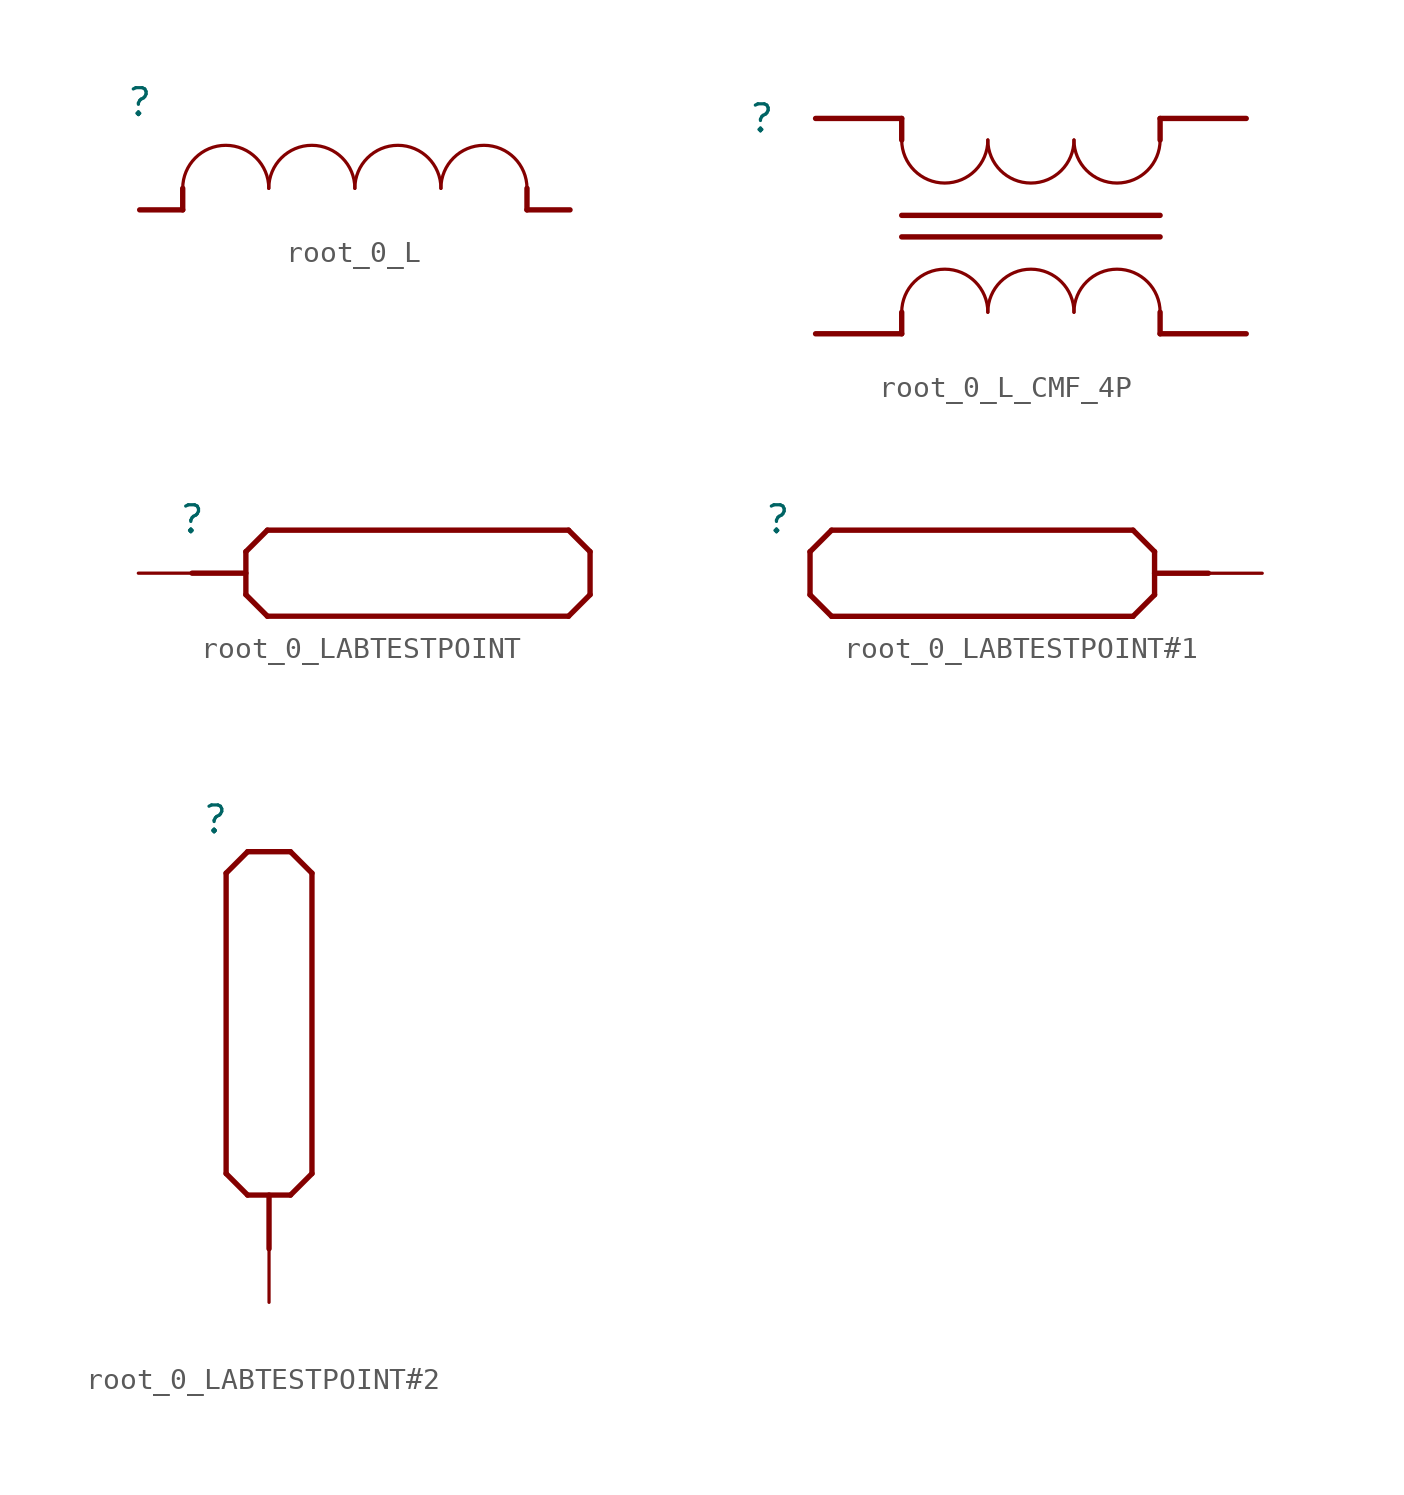
<source format=kicad_sym>
(kicad_symbol_lib
  (version 20220914)
  (generator kicad_symbol_editor)
  (symbol "root_0_L"
    (property "Reference" ""
      (at 0 0 0)
      (effects (font (size 1.27 1.27))))
    (property "Value" ""
      (at 0 0 0)
      (effects (font (size 1.27 1.27))))
    (symbol "root_0_L_1_0"
      (polyline (pts (xy 2.032 -5.08) (xy 0 -5.08)) (stroke (width 0.254) (type solid)) (fill (type none)))
      (polyline (pts (xy 2.032 -5.08) (xy 2.032 -4.064)) (stroke (width 0.254) (type solid)) (fill (type none)))
      (polyline (pts (xy 18.288 -5.08) (xy 18.288 -4.064)) (stroke (width 0.254) (type solid)) (fill (type none)))
      (polyline (pts (xy 18.288 -5.08) (xy 20.32 -5.08)) (stroke (width 0.254) (type solid)) (fill (type none)))
      (arc (start 6.096 -4.064) (mid 4.064 -2.0408) (end 2.032 -4.064) (stroke (width 0) (type solid)) (fill (type none)))
      (arc (start 10.16 -4.064) (mid 8.128 -2.0408) (end 6.096 -4.064) (stroke (width 0) (type solid)) (fill (type none)))
      (arc (start 14.224 -4.064) (mid 12.192 -2.0408) (end 10.16 -4.064) (stroke (width 0) (type solid)) (fill (type none)))
      (arc (start 18.288 -4.064) (mid 16.256 -2.0408) (end 14.224 -4.064) (stroke (width 0) (type solid)) (fill (type none)))
      (pin bidirectional line (at 0 -5.08 180) (length 0) (name "1" (effects (font (size 0 0)))) (number "1" (effects (font (size 0 0)))))
      (pin bidirectional line (at 20.32 -5.08 270) (length 0) (name "2" (effects (font (size 0 0)))) (number "2" (effects (font (size 0 0)))))))
  (symbol "root_0_L_CMF_4P"
    (property "Reference" ""
      (at 0 0 0)
      (effects (font (size 1.27 1.27))))
    (property "Value" ""
      (at 0 0 0)
      (effects (font (size 1.27 1.27))))
    (symbol "root_0_L_CMF_4P_1_0"
      (polyline (pts (xy 6.604 -10.16) (xy 2.54 -10.16)) (stroke (width 0.254) (type solid)) (fill (type none)))
      (polyline (pts (xy 6.604 -10.16) (xy 6.604 -9.144)) (stroke (width 0.254) (type solid)) (fill (type none)))
      (polyline (pts (xy 6.604 -5.588) (xy 18.796 -5.588)) (stroke (width 0.254) (type solid)) (fill (type none)))
      (polyline (pts (xy 6.604 -4.572) (xy 18.796 -4.572)) (stroke (width 0.254) (type solid)) (fill (type none)))
      (polyline (pts (xy 6.604 0) (xy 2.54 0)) (stroke (width 0.254) (type solid)) (fill (type none)))
      (polyline (pts (xy 6.604 0) (xy 6.604 -1.016)) (stroke (width 0.254) (type solid)) (fill (type none)))
      (polyline (pts (xy 18.796 -10.16) (xy 18.796 -9.144)) (stroke (width 0.254) (type solid)) (fill (type none)))
      (polyline (pts (xy 18.796 -10.16) (xy 22.86 -10.16)) (stroke (width 0.254) (type solid)) (fill (type none)))
      (polyline (pts (xy 18.796 0) (xy 18.796 -1.016)) (stroke (width 0.254) (type solid)) (fill (type none)))
      (polyline (pts (xy 18.796 0) (xy 22.86 0)) (stroke (width 0.254) (type solid)) (fill (type none)))
      (arc (start 6.604 -1.016) (mid 8.636 -3.0392) (end 10.668 -1.016) (stroke (width 0) (type solid)) (fill (type none)))
      (arc (start 10.668 -9.144) (mid 8.636 -7.1208) (end 6.604 -9.144) (stroke (width 0) (type solid)) (fill (type none)))
      (arc (start 10.668 -1.016) (mid 12.7 -3.0392) (end 14.732 -1.016) (stroke (width 0) (type solid)) (fill (type none)))
      (arc (start 14.732 -9.144) (mid 12.7 -7.1208) (end 10.668 -9.144) (stroke (width 0) (type solid)) (fill (type none)))
      (arc (start 14.732 -1.016) (mid 16.764 -3.0392) (end 18.796 -1.016) (stroke (width 0) (type solid)) (fill (type none)))
      (arc (start 18.796 -9.144) (mid 16.764 -7.1208) (end 14.732 -9.144) (stroke (width 0) (type solid)) (fill (type none)))
      (pin bidirectional line (at 2.54 0 90) (length 0) (name "1" (effects (font (size 0 0)))) (number "1" (effects (font (size 0 0)))))
      (pin bidirectional line (at 2.54 -10.16 180) (length 0) (name "2" (effects (font (size 0 0)))) (number "2" (effects (font (size 0 0)))))
      (pin bidirectional line (at 22.86 -10.16 270) (length 0) (name "3" (effects (font (size 0 0)))) (number "3" (effects (font (size 0 0)))))
      (pin bidirectional line (at 22.86 0 270) (length 0) (name "4" (effects (font (size 0 0)))) (number "4" (effects (font (size 0 0)))))))
  (symbol "root_0_LABTESTPOINT"
    (property "Reference" ""
      (at 0 0 0)
      (effects (font (size 1.27 1.27))))
    (property "Value" ""
      (at 0 0 0)
      (effects (font (size 1.27 1.27))))
    (symbol "root_0_LABTESTPOINT_1_0"
      (polyline (pts (xy 0 -2.54) (xy 2.54 -2.54)) (stroke (width 0.254) (type solid)) (fill (type none)))
      (polyline (pts (xy 2.54 -3.556) (xy 2.54 -1.524)) (stroke (width 0.254) (type solid)) (fill (type none)))
      (polyline (pts (xy 2.54 -3.556) (xy 3.556 -4.572)) (stroke (width 0.254) (type solid)) (fill (type none)))
      (polyline (pts (xy 3.556 -4.572) (xy 17.78 -4.572)) (stroke (width 0.254) (type solid)) (fill (type none)))
      (polyline (pts (xy 3.556 -0.508) (xy 2.54 -1.524)) (stroke (width 0.254) (type solid)) (fill (type none)))
      (polyline (pts (xy 17.78 -4.572) (xy 18.796 -3.556)) (stroke (width 0.254) (type solid)) (fill (type none)))
      (polyline (pts (xy 17.78 -0.508) (xy 3.556 -0.508)) (stroke (width 0.254) (type solid)) (fill (type none)))
      (polyline (pts (xy 18.796 -3.556) (xy 18.796 -1.524)) (stroke (width 0.254) (type solid)) (fill (type none)))
      (polyline (pts (xy 18.796 -1.524) (xy 17.78 -0.508)) (stroke (width 0.254) (type solid)) (fill (type none)))
      (pin bidirectional line (at -2.54 -2.54 0) (length 2.54) (name "1" (effects (font (size 0 0)))) (number "1" (effects (font (size 0 0)))))))
  (symbol "root_0_LABTESTPOINT#1"
    (property "Reference" ""
      (at 0 0 0)
      (effects (font (size 1.27 1.27))))
    (property "Value" ""
      (at 0 0 0)
      (effects (font (size 1.27 1.27))))
    (symbol "root_0_LABTESTPOINT#1_1_0"
      (polyline (pts (xy 1.524 -3.556) (xy 2.54 -4.572)) (stroke (width 0.254) (type solid)) (fill (type none)))
      (polyline (pts (xy 1.524 -1.524) (xy 1.524 -3.556)) (stroke (width 0.254) (type solid)) (fill (type none)))
      (polyline (pts (xy 2.54 -4.572) (xy 16.764 -4.572)) (stroke (width 0.254) (type solid)) (fill (type none)))
      (polyline (pts (xy 2.54 -0.508) (xy 1.524 -1.524)) (stroke (width 0.254) (type solid)) (fill (type none)))
      (polyline (pts (xy 16.764 -4.572) (xy 17.78 -3.556)) (stroke (width 0.254) (type solid)) (fill (type none)))
      (polyline (pts (xy 16.764 -0.508) (xy 2.54 -0.508)) (stroke (width 0.254) (type solid)) (fill (type none)))
      (polyline (pts (xy 17.78 -2.54) (xy 20.32 -2.54)) (stroke (width 0.254) (type solid)) (fill (type none)))
      (polyline (pts (xy 17.78 -1.524) (xy 16.764 -0.508)) (stroke (width 0.254) (type solid)) (fill (type none)))
      (polyline (pts (xy 17.78 -1.524) (xy 17.78 -3.556)) (stroke (width 0.254) (type solid)) (fill (type none)))
      (pin bidirectional line (at 22.86 -2.54 180) (length 2.54) (name "1" (effects (font (size 0 0)))) (number "1" (effects (font (size 0 0)))))))
  (symbol "root_0_LABTESTPOINT#2"
    (property "Reference" ""
      (at 0 0 0)
      (effects (font (size 1.27 1.27))))
    (property "Value" ""
      (at 0 0 0)
      (effects (font (size 1.27 1.27))))
    (symbol "root_0_LABTESTPOINT#2_1_0"
      (polyline (pts (xy 0.508 -16.764) (xy 1.524 -17.78)) (stroke (width 0.254) (type solid)) (fill (type none)))
      (polyline (pts (xy 0.508 -2.54) (xy 0.508 -16.764)) (stroke (width 0.254) (type solid)) (fill (type none)))
      (polyline (pts (xy 1.524 -17.78) (xy 3.556 -17.78)) (stroke (width 0.254) (type solid)) (fill (type none)))
      (polyline (pts (xy 1.524 -1.524) (xy 0.508 -2.54)) (stroke (width 0.254) (type solid)) (fill (type none)))
      (polyline (pts (xy 2.54 -17.78) (xy 2.54 -20.32)) (stroke (width 0.254) (type solid)) (fill (type none)))
      (polyline (pts (xy 3.556 -17.78) (xy 4.572 -16.764)) (stroke (width 0.254) (type solid)) (fill (type none)))
      (polyline (pts (xy 3.556 -1.524) (xy 1.524 -1.524)) (stroke (width 0.254) (type solid)) (fill (type none)))
      (polyline (pts (xy 4.572 -16.764) (xy 4.572 -2.54)) (stroke (width 0.254) (type solid)) (fill (type none)))
      (polyline (pts (xy 4.572 -2.54) (xy 3.556 -1.524)) (stroke (width 0.254) (type solid)) (fill (type none)))
      (pin bidirectional line (at 2.54 -22.86 90) (length 2.54) (name "1" (effects (font (size 0 0)))) (number "1" (effects (font (size 0 0))))))))
</source>
